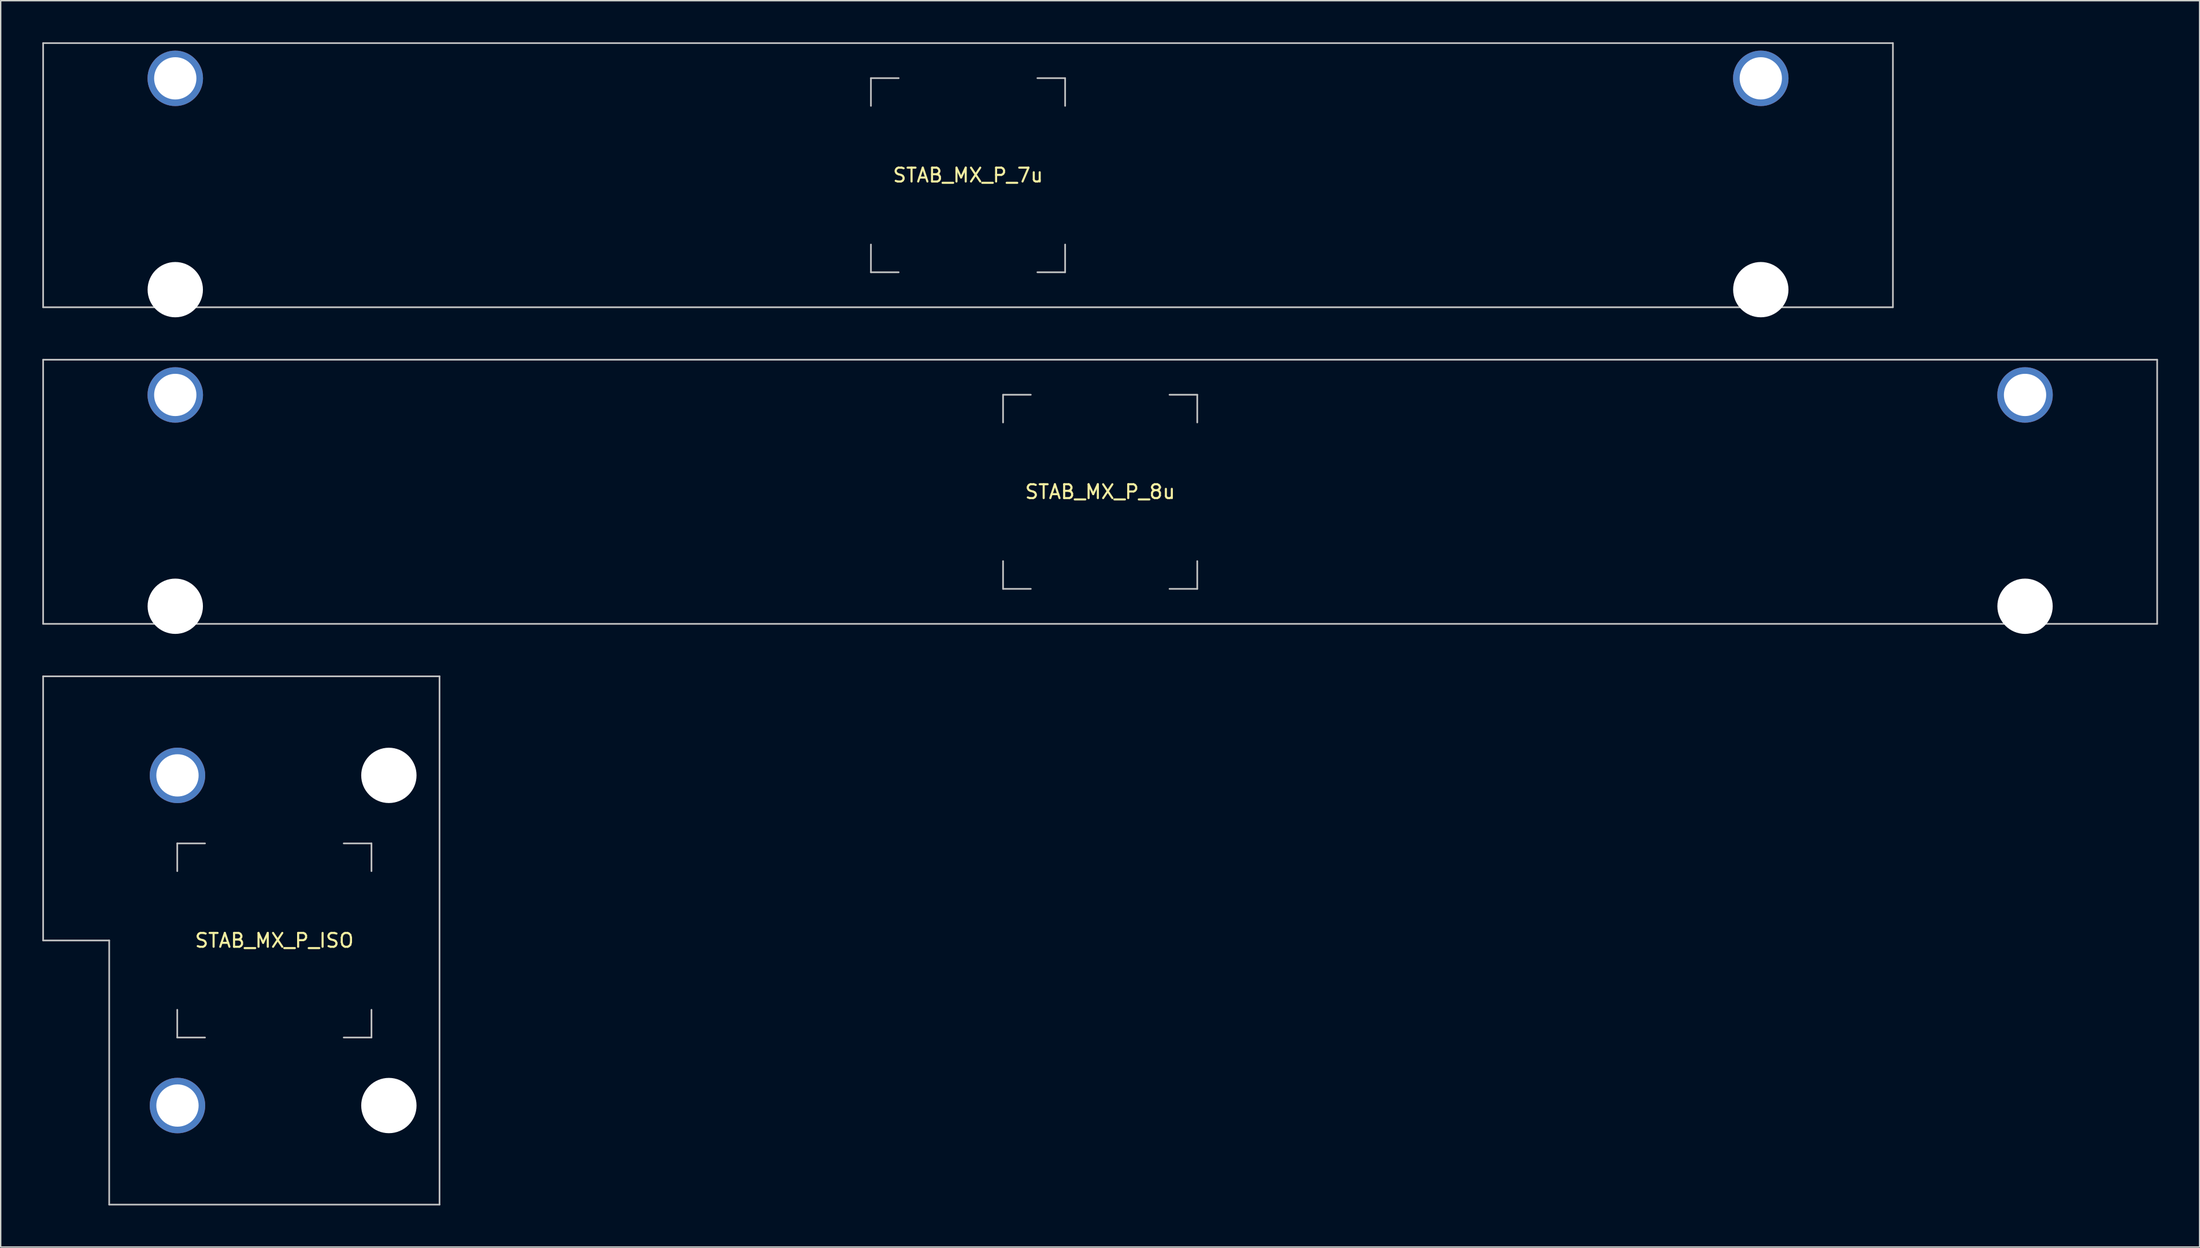
<source format=kicad_pcb>
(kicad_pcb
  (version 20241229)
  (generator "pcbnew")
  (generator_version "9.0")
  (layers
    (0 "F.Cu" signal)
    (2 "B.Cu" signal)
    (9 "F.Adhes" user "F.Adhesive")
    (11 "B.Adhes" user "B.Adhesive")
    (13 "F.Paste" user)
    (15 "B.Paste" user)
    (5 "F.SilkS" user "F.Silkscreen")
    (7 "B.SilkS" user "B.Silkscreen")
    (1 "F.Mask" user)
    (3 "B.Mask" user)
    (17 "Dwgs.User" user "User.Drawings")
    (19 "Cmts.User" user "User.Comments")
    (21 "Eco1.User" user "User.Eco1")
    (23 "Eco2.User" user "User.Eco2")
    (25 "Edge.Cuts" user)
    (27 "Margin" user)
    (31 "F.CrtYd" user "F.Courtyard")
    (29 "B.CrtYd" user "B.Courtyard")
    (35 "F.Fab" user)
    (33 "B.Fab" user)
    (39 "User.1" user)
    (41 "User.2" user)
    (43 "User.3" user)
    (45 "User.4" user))
  (footprint "STAB_MX_P_7u"
    (layer "F.Cu")
    (at 66.735 9.585)
    (property "Reference" "STAB_MX_P_7u" (at 0 0 0) (layer "F.SilkS") (effects (font (size 1 1) (thickness 0.15))))
    (attr through_hole exclude_from_pos_files exclude_from_bom)
    (fp_line (start -66.675 -9.525) (end -66.675 9.525) (stroke (width 0.12) (type solid)) (layer "Dwgs.User"))
    (fp_line (start -66.675 -9.525) (end 66.675 -9.525) (stroke (width 0.12) (type solid)) (layer "Dwgs.User"))
    (fp_line (start -66.675 9.525) (end 66.675 9.525) (stroke (width 0.12) (type solid)) (layer "Dwgs.User"))
    (fp_line (start -7 -7) (end -5 -7) (stroke (width 0.12) (type solid)) (layer "Dwgs.User"))
    (fp_line (start -7 -5) (end -7 -7) (stroke (width 0.12) (type solid)) (layer "Dwgs.User"))
    (fp_line (start -7 7) (end -7 5) (stroke (width 0.12) (type solid)) (layer "Dwgs.User"))
    (fp_line (start -5 7) (end -7 7) (stroke (width 0.12) (type solid)) (layer "Dwgs.User"))
    (fp_line (start 5 -7) (end 7 -7) (stroke (width 0.12) (type solid)) (layer "Dwgs.User"))
    (fp_line (start 5 7) (end 7 7) (stroke (width 0.12) (type solid)) (layer "Dwgs.User"))
    (fp_line (start 7 -7) (end 7 -5) (stroke (width 0.12) (type solid)) (layer "Dwgs.User"))
    (fp_line (start 7 7) (end 7 5) (stroke (width 0.12) (type solid)) (layer "Dwgs.User"))
    (fp_line (start 66.675 -9.525) (end 66.675 9.525) (stroke (width 0.12) (type solid)) (layer "Dwgs.User"))
    (fp_line (start -60.525 -5.5) (end -60.525 7.5) (stroke (width 0.05) (type solid)) (layer "Eco2.User"))
    (fp_line (start -60.025 -6) (end -54.275 -6) (stroke (width 0.05) (type solid)) (layer "Eco2.User"))
    (fp_line (start -60.025 8) (end -54.275 8) (stroke (width 0.05) (type solid)) (layer "Eco2.User"))
    (fp_line (start -53.775 -5.5) (end -53.775 7.5) (stroke (width 0.05) (type solid)) (layer "Eco2.User"))
    (fp_line (start 53.775 -5.5) (end 53.775 7.5) (stroke (width 0.05) (type solid)) (layer "Eco2.User"))
    (fp_line (start 54.275 -6) (end 60.024 -6) (stroke (width 0.05) (type solid)) (layer "Eco2.User"))
    (fp_line (start 54.275 8) (end 60.025 8) (stroke (width 0.05) (type solid)) (layer "Eco2.User"))
    (fp_line (start 60.524 -5.5) (end 60.525 7.5) (stroke (width 0.05) (type solid)) (layer "Eco2.User"))
    (fp_arc (start -60.525 -5.499999) (mid -60.378553 -5.853552) (end -60.025 -5.999999) (stroke (width 0.05) (type solid)) (layer "Eco2.User"))
    (fp_arc (start -60.025 8.000001) (mid -60.378553 7.853554) (end -60.525 7.500001) (stroke (width 0.05) (type solid)) (layer "Eco2.User"))
    (fp_arc (start -54.275 -5.999999) (mid -53.921447 -5.853552) (end -53.775 -5.499999) (stroke (width 0.05) (type solid)) (layer "Eco2.User"))
    (fp_arc (start -53.775 7.500001) (mid -53.921447 7.853554) (end -54.275 8.000001) (stroke (width 0.05) (type solid)) (layer "Eco2.User"))
    (fp_arc (start 53.775 -5.499999) (mid 53.921447 -5.853552) (end 54.275 -5.999999) (stroke (width 0.05) (type solid)) (layer "Eco2.User"))
    (fp_arc (start 54.275 8.000001) (mid 53.921447 7.853554) (end 53.775 7.500001) (stroke (width 0.05) (type solid)) (layer "Eco2.User"))
    (fp_arc (start 60.023789 -5.999999) (mid 60.377342 -5.853552) (end 60.523789 -5.499999) (stroke (width 0.05) (type solid)) (layer "Eco2.User"))
    (fp_arc (start 60.525 7.500001) (mid 60.378553 7.853554) (end 60.025 8.000001) (stroke (width 0.05) (type solid)) (layer "Eco2.User"))
    (pad "" thru_hole circle (at -57.15 -6.985) (size 4 4) (drill 3.048) (layers "*.Cu" "B.Mask"))
    (pad "" np_thru_hole circle (at -57.15 8.255) (size 3.988 3.988) (drill 3.988) (layers "*.Cu" "*.Mask"))
    (pad "" thru_hole circle (at 57.15 -6.985) (size 4 4) (drill 3.048) (layers "*.Cu" "B.Mask"))
    (pad "" np_thru_hole circle (at 57.15 8.255) (size 3.988 3.988) (drill 3.988) (layers "*.Cu" "*.Mask")))
  (footprint "STAB_MX_P_ISO"
    (layer "F.Cu")
    (at 16.729 64.778)
    (property "Reference" "STAB_MX_P_ISO" (at 0 0 180) (layer "F.SilkS") (effects (font (size 1 1) (thickness 0.15))))
    (attr through_hole exclude_from_pos_files exclude_from_bom)
    (fp_line (start -16.669 -19.05) (end -16.669 0) (stroke (width 0.12) (type solid)) (layer "Dwgs.User"))
    (fp_line (start -16.669 0) (end -11.906 0) (stroke (width 0.12) (type solid)) (layer "Dwgs.User"))
    (fp_line (start -11.906 0) (end -11.906 19.05) (stroke (width 0.12) (type solid)) (layer "Dwgs.User"))
    (fp_line (start -11.906 19.05) (end 11.906 19.05) (stroke (width 0.12) (type solid)) (layer "Dwgs.User"))
    (fp_line (start -7 -7) (end -5 -7) (stroke (width 0.12) (type solid)) (layer "Dwgs.User"))
    (fp_line (start -7 -5) (end -7 -7) (stroke (width 0.12) (type solid)) (layer "Dwgs.User"))
    (fp_line (start -7 7) (end -7 5) (stroke (width 0.12) (type solid)) (layer "Dwgs.User"))
    (fp_line (start -5 7) (end -7 7) (stroke (width 0.12) (type solid)) (layer "Dwgs.User"))
    (fp_line (start 7 -7) (end 5 -7) (stroke (width 0.12) (type solid)) (layer "Dwgs.User"))
    (fp_line (start 7 -5) (end 7 -7) (stroke (width 0.12) (type solid)) (layer "Dwgs.User"))
    (fp_line (start 7 5) (end 7 7) (stroke (width 0.12) (type solid)) (layer "Dwgs.User"))
    (fp_line (start 7 7) (end 5 7) (stroke (width 0.12) (type solid)) (layer "Dwgs.User"))
    (fp_line (start 11.906 -19.05) (end -16.669 -19.05) (stroke (width 0.12) (type solid)) (layer "Dwgs.User"))
    (fp_line (start 11.906 19.05) (end 11.906 -19.05) (stroke (width 0.12) (type solid)) (layer "Dwgs.User"))
    (fp_line (start -6 -9.031) (end -6 -14.78) (stroke (width 0.05) (type solid)) (layer "Eco2.User"))
    (fp_line (start -6 14.781) (end -6 9.031) (stroke (width 0.05) (type solid)) (layer "Eco2.User"))
    (fp_line (start -5.5 -15.28) (end 7.5 -15.281) (stroke (width 0.05) (type solid)) (layer "Eco2.User"))
    (fp_line (start -5.5 -8.531) (end 7.5 -8.531) (stroke (width 0.05) (type solid)) (layer "Eco2.User"))
    (fp_line (start -5.5 8.531) (end 7.5 8.531) (stroke (width 0.05) (type solid)) (layer "Eco2.User"))
    (fp_line (start -5.5 15.281) (end 7.5 15.281) (stroke (width 0.05) (type solid)) (layer "Eco2.User"))
    (fp_line (start 8 -9.031) (end 8 -14.781) (stroke (width 0.05) (type solid)) (layer "Eco2.User"))
    (fp_line (start 8 14.781) (end 8 9.031) (stroke (width 0.05) (type solid)) (layer "Eco2.User"))
    (fp_arc (start -5.999999 -14.780039) (mid -5.853552 -15.133592) (end -5.499999 -15.280039) (stroke (width 0.05) (type solid)) (layer "Eco2.User"))
    (fp_arc (start -5.999999 9.03125) (mid -5.853552 8.677697) (end -5.499999 8.53125) (stroke (width 0.05) (type solid)) (layer "Eco2.User"))
    (fp_arc (start -5.499999 -8.53125) (mid -5.853552 -8.677697) (end -5.999999 -9.03125) (stroke (width 0.05) (type solid)) (layer "Eco2.User"))
    (fp_arc (start -5.499999 15.28125) (mid -5.853552 15.134803) (end -5.999999 14.78125) (stroke (width 0.05) (type solid)) (layer "Eco2.User"))
    (fp_arc (start 7.500001 -15.28125) (mid 7.853554 -15.134803) (end 8.000001 -14.78125) (stroke (width 0.05) (type solid)) (layer "Eco2.User"))
    (fp_arc (start 7.500001 8.53125) (mid 7.853554 8.677697) (end 8.000001 9.03125) (stroke (width 0.05) (type solid)) (layer "Eco2.User"))
    (fp_arc (start 8.000001 -9.03125) (mid 7.853554 -8.677697) (end 7.500001 -8.53125) (stroke (width 0.05) (type solid)) (layer "Eco2.User"))
    (fp_arc (start 8.000001 14.78125) (mid 7.853554 15.134803) (end 7.500001 15.28125) (stroke (width 0.05) (type solid)) (layer "Eco2.User"))
    (pad "" thru_hole circle (at -6.985 -11.906) (size 4 4) (drill 3.048) (layers "*.Cu" "B.Mask"))
    (pad "" thru_hole circle (at -6.985 11.906) (size 4 4) (drill 3.048) (layers "*.Cu" "B.Mask"))
    (pad "" np_thru_hole circle (at 8.255 -11.906 90) (size 3.988 3.988) (drill 3.988) (layers "*.Cu" "*.Mask"))
    (pad "" np_thru_hole circle (at 8.255 11.906 90) (size 3.988 3.988) (drill 3.988) (layers "*.Cu" "*.Mask")))
  (footprint "STAB_MX_P_8u"
    (layer "F.Cu")
    (at 76.26 32.419)
    (property "Reference" "STAB_MX_P_8u" (at 0 0 0) (layer "F.SilkS") (effects (font (size 1 1) (thickness 0.15))))
    (attr through_hole exclude_from_pos_files exclude_from_bom)
    (fp_line (start -76.2 -9.525) (end -76.2 9.525) (stroke (width 0.12) (type solid)) (layer "Dwgs.User"))
    (fp_line (start -76.2 -9.525) (end 76.2 -9.525) (stroke (width 0.12) (type solid)) (layer "Dwgs.User"))
    (fp_line (start -7 -7) (end -5 -7) (stroke (width 0.12) (type solid)) (layer "Dwgs.User"))
    (fp_line (start -7 -5) (end -7 -7) (stroke (width 0.12) (type solid)) (layer "Dwgs.User"))
    (fp_line (start -7 7) (end -7 5) (stroke (width 0.12) (type solid)) (layer "Dwgs.User"))
    (fp_line (start -5 7) (end -7 7) (stroke (width 0.12) (type solid)) (layer "Dwgs.User"))
    (fp_line (start 5 -7) (end 7 -7) (stroke (width 0.12) (type solid)) (layer "Dwgs.User"))
    (fp_line (start 5 7) (end 7 7) (stroke (width 0.12) (type solid)) (layer "Dwgs.User"))
    (fp_line (start 7 -7) (end 7 -5) (stroke (width 0.12) (type solid)) (layer "Dwgs.User"))
    (fp_line (start 7 7) (end 7 5) (stroke (width 0.12) (type solid)) (layer "Dwgs.User"))
    (fp_line (start 76.2 -9.525) (end 76.2 9.525) (stroke (width 0.12) (type solid)) (layer "Dwgs.User"))
    (fp_line (start 76.2 9.525) (end -76.2 9.525) (stroke (width 0.12) (type solid)) (layer "Dwgs.User"))
    (fp_line (start -70.05 -5.5) (end -70.05 7.5) (stroke (width 0.05) (type solid)) (layer "Eco2.User"))
    (fp_line (start -69.55 -6) (end -63.801 -6) (stroke (width 0.05) (type solid)) (layer "Eco2.User"))
    (fp_line (start -69.55 8) (end -63.8 8) (stroke (width 0.05) (type solid)) (layer "Eco2.User"))
    (fp_line (start -63.301 -5.5) (end -63.3 7.5) (stroke (width 0.05) (type solid)) (layer "Eco2.User"))
    (fp_line (start 63.3 -5.5) (end 63.3 7.5) (stroke (width 0.05) (type solid)) (layer "Eco2.User"))
    (fp_line (start 63.8 -6) (end 69.549 -6) (stroke (width 0.05) (type solid)) (layer "Eco2.User"))
    (fp_line (start 63.8 8) (end 69.55 8) (stroke (width 0.05) (type solid)) (layer "Eco2.User"))
    (fp_line (start 70.049 -5.5) (end 70.05 7.5) (stroke (width 0.05) (type solid)) (layer "Eco2.User"))
    (fp_arc (start -70.05 -5.499999) (mid -69.903554 -5.853553) (end -69.55 -5.999999) (stroke (width 0.05) (type solid)) (layer "Eco2.User"))
    (fp_arc (start -69.55 8.000001) (mid -69.903554 7.853554) (end -70.05 7.500001) (stroke (width 0.05) (type solid)) (layer "Eco2.User"))
    (fp_arc (start -63.801211 -5.999999) (mid -63.447651 -5.853556) (end -63.301211 -5.499999) (stroke (width 0.05) (type solid)) (layer "Eco2.User"))
    (fp_arc (start -63.3 7.500001) (mid -63.446447 7.853554) (end -63.8 8.000001) (stroke (width 0.05) (type solid)) (layer "Eco2.User"))
    (fp_arc (start 63.3 -5.499999) (mid 63.446446 -5.853553) (end 63.8 -5.999999) (stroke (width 0.05) (type solid)) (layer "Eco2.User"))
    (fp_arc (start 63.8 8.000001) (mid 63.446446 7.853554) (end 63.3 7.500001) (stroke (width 0.05) (type solid)) (layer "Eco2.User"))
    (fp_arc (start 69.548789 -5.999999) (mid 69.902349 -5.853556) (end 70.048789 -5.499999) (stroke (width 0.05) (type solid)) (layer "Eco2.User"))
    (fp_arc (start 70.05 7.500001) (mid 69.903553 7.853554) (end 69.55 8.000001) (stroke (width 0.05) (type solid)) (layer "Eco2.User"))
    (pad "" thru_hole circle (at -66.675 -6.985) (size 4 4) (drill 3.048) (layers "*.Cu" "B.Mask"))
    (pad "" np_thru_hole circle (at -66.675 8.255) (size 3.988 3.988) (drill 3.988) (layers "*.Cu" "*.Mask"))
    (pad "" thru_hole circle (at 66.675 -6.985) (size 4 4) (drill 3.048) (layers "*.Cu" "B.Mask"))
    (pad "" np_thru_hole circle (at 66.675 8.255) (size 3.988 3.988) (drill 3.988) (layers "*.Cu" "*.Mask")))
  (gr_rect
    (start -3 -3)
    (end 155.52 86.888)
    (stroke (width 0.1) (type default))
    (fill no)
    (layer "Edge.Cuts")))
</source>
